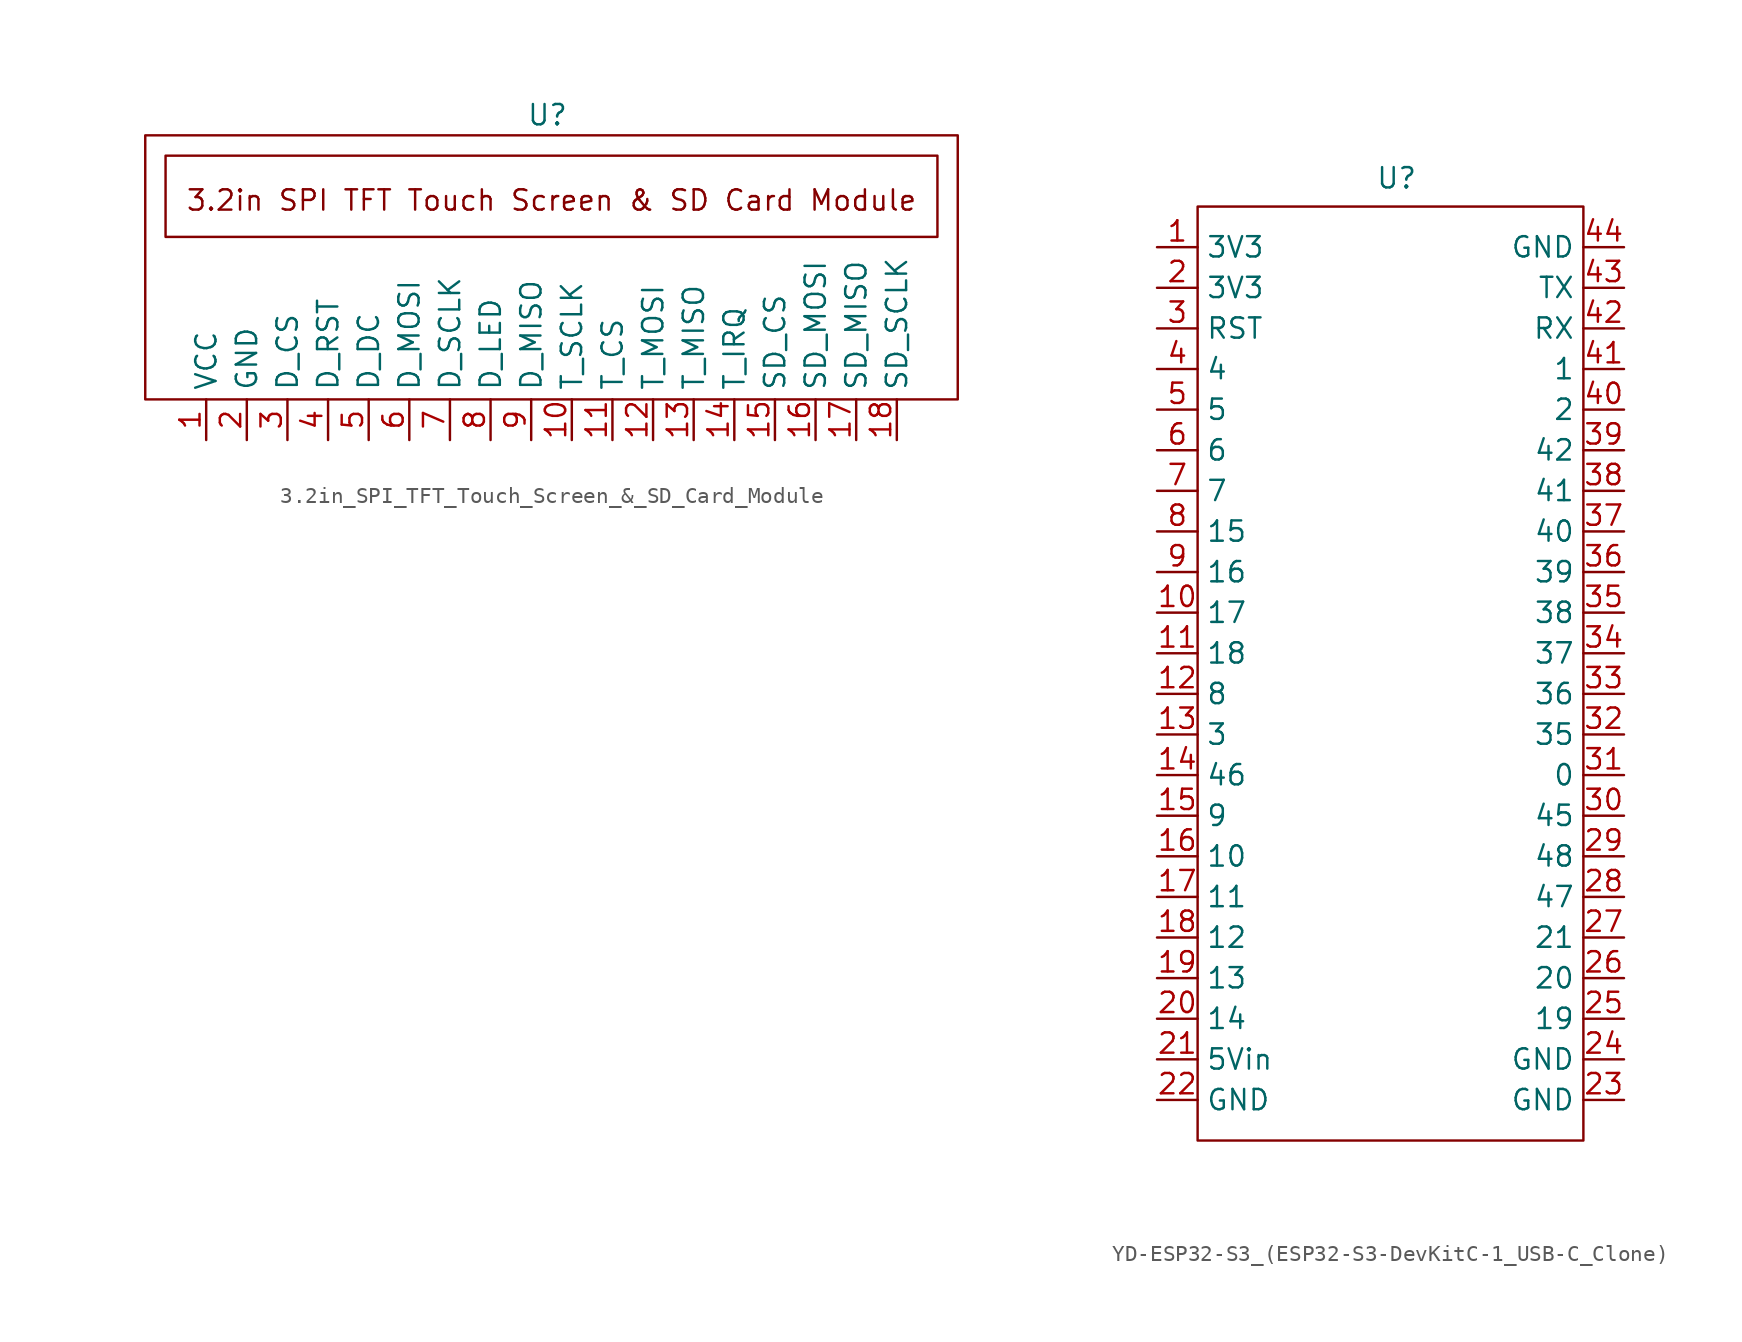
<source format=kicad_sym>
(kicad_symbol_lib
  (version 20231120)
  (generator "kicad_symbol_editor")
  (generator_version "8.0")
  (symbol "3.2in_SPI_TFT_Touch_Screen_&_SD_Card_Module"
    (property "Reference" "U"
      (at 25.146 1.27 0)
      (effects (font (size 1.27 1.27))))
    (property "Value" ""
      (at 3.81 -16.51 0)
      (effects (font (size 1.27 1.27))))
    (symbol "3.2in_SPI_TFT_Touch_Screen_&_SD_Card_Module_0_1"
      (rectangle (start 0 0) (end 50.8 -16.51) (stroke (width 0) (type default)) (fill (type none)))
      (rectangle (start 1.27 -1.27) (end 49.53 -6.35) (stroke (width 0) (type default)) (fill (type none))))
    (symbol "3.2in_SPI_TFT_Touch_Screen_&_SD_Card_Module_1_1"
      (text "3.2in SPI TFT Touch Screen & SD Card Module" (at 25.4 -4.064 0) (effects (font (size 1.27 1.27))))
      (pin input line (at 3.81 -19.05 90) (length 2.54) (name "VCC" (effects (font (size 1.27 1.27)))) (number "1" (effects (font (size 1.27 1.27)))))
      (pin input line (at 26.67 -19.05 90) (length 2.54) (name "T_SCLK" (effects (font (size 1.27 1.27)))) (number "10" (effects (font (size 1.27 1.27)))))
      (pin input line (at 29.21 -19.05 90) (length 2.54) (name "T_CS" (effects (font (size 1.27 1.27)))) (number "11" (effects (font (size 1.27 1.27)))))
      (pin input line (at 31.75 -19.05 90) (length 2.54) (name "T_MOSI" (effects (font (size 1.27 1.27)))) (number "12" (effects (font (size 1.27 1.27)))))
      (pin input line (at 34.29 -19.05 90) (length 2.54) (name "T_MISO" (effects (font (size 1.27 1.27)))) (number "13" (effects (font (size 1.27 1.27)))))
      (pin input line (at 36.83 -19.05 90) (length 2.54) (name "T_IRQ" (effects (font (size 1.27 1.27)))) (number "14" (effects (font (size 1.27 1.27)))))
      (pin input line (at 39.37 -19.05 90) (length 2.54) (name "SD_CS" (effects (font (size 1.27 1.27)))) (number "15" (effects (font (size 1.27 1.27)))))
      (pin input line (at 41.91 -19.05 90) (length 2.54) (name "SD_MOSI" (effects (font (size 1.27 1.27)))) (number "16" (effects (font (size 1.27 1.27)))))
      (pin input line (at 44.45 -19.05 90) (length 2.54) (name "SD_MISO" (effects (font (size 1.27 1.27)))) (number "17" (effects (font (size 1.27 1.27)))))
      (pin input line (at 46.99 -19.05 90) (length 2.54) (name "SD_SCLK" (effects (font (size 1.27 1.27)))) (number "18" (effects (font (size 1.27 1.27)))))
      (pin input line (at 6.35 -19.05 90) (length 2.54) (name "GND" (effects (font (size 1.27 1.27)))) (number "2" (effects (font (size 1.27 1.27)))))
      (pin input line (at 8.89 -19.05 90) (length 2.54) (name "D_CS" (effects (font (size 1.27 1.27)))) (number "3" (effects (font (size 1.27 1.27)))))
      (pin input line (at 11.43 -19.05 90) (length 2.54) (name "D_RST" (effects (font (size 1.27 1.27)))) (number "4" (effects (font (size 1.27 1.27)))))
      (pin input line (at 13.97 -19.05 90) (length 2.54) (name "D_DC" (effects (font (size 1.27 1.27)))) (number "5" (effects (font (size 1.27 1.27)))))
      (pin input line (at 16.51 -19.05 90) (length 2.54) (name "D_MOSI" (effects (font (size 1.27 1.27)))) (number "6" (effects (font (size 1.27 1.27)))))
      (pin input line (at 19.05 -19.05 90) (length 2.54) (name "D_SCLK" (effects (font (size 1.27 1.27)))) (number "7" (effects (font (size 1.27 1.27)))))
      (pin input line (at 21.59 -19.05 90) (length 2.54) (name "D_LED" (effects (font (size 1.27 1.27)))) (number "8" (effects (font (size 1.27 1.27)))))
      (pin input line (at 24.13 -19.05 90) (length 2.54) (name "D_MISO" (effects (font (size 1.27 1.27)))) (number "9" (effects (font (size 1.27 1.27)))))))
  (symbol "YD-ESP32-S3_(ESP32-S3-DevKitC-1_USB-C_Clone)"
    (property "Reference" "U"
      (at 12.446 1.778 0)
      (effects (font (size 1.27 1.27))))
    (property "Value" ""
      (at 0 -2.54 0)
      (effects (font (size 1.27 1.27))))
    (symbol "YD-ESP32-S3_(ESP32-S3-DevKitC-1_USB-C_Clone)_0_1"
      (rectangle (start 0 0) (end 24.13 -58.42) (stroke (width 0) (type default)) (fill (type none))))
    (symbol "YD-ESP32-S3_(ESP32-S3-DevKitC-1_USB-C_Clone)_1_1"
      (pin input line (at -2.54 -2.54 0) (length 2.54) (name "3V3" (effects (font (size 1.27 1.27)))) (number "1" (effects (font (size 1.27 1.27)))))
      (pin input line (at -2.54 -25.4 0) (length 2.54) (name "17" (effects (font (size 1.27 1.27)))) (number "10" (effects (font (size 1.27 1.27)))))
      (pin input line (at -2.54 -27.94 0) (length 2.54) (name "18" (effects (font (size 1.27 1.27)))) (number "11" (effects (font (size 1.27 1.27)))))
      (pin input line (at -2.54 -30.48 0) (length 2.54) (name "8" (effects (font (size 1.27 1.27)))) (number "12" (effects (font (size 1.27 1.27)))))
      (pin input line (at -2.54 -33.02 0) (length 2.54) (name "3" (effects (font (size 1.27 1.27)))) (number "13" (effects (font (size 1.27 1.27)))))
      (pin input line (at -2.54 -35.56 0) (length 2.54) (name "46" (effects (font (size 1.27 1.27)))) (number "14" (effects (font (size 1.27 1.27)))))
      (pin input line (at -2.54 -38.1 0) (length 2.54) (name "9" (effects (font (size 1.27 1.27)))) (number "15" (effects (font (size 1.27 1.27)))))
      (pin input line (at -2.54 -40.64 0) (length 2.54) (name "10" (effects (font (size 1.27 1.27)))) (number "16" (effects (font (size 1.27 1.27)))))
      (pin input line (at -2.54 -43.18 0) (length 2.54) (name "11" (effects (font (size 1.27 1.27)))) (number "17" (effects (font (size 1.27 1.27)))))
      (pin input line (at -2.54 -45.72 0) (length 2.54) (name "12" (effects (font (size 1.27 1.27)))) (number "18" (effects (font (size 1.27 1.27)))))
      (pin input line (at -2.54 -48.26 0) (length 2.54) (name "13" (effects (font (size 1.27 1.27)))) (number "19" (effects (font (size 1.27 1.27)))))
      (pin input line (at -2.54 -5.08 0) (length 2.54) (name "3V3" (effects (font (size 1.27 1.27)))) (number "2" (effects (font (size 1.27 1.27)))))
      (pin input line (at -2.54 -50.8 0) (length 2.54) (name "14" (effects (font (size 1.27 1.27)))) (number "20" (effects (font (size 1.27 1.27)))))
      (pin input line (at -2.54 -53.34 0) (length 2.54) (name "5Vin" (effects (font (size 1.27 1.27)))) (number "21" (effects (font (size 1.27 1.27)))))
      (pin input line (at -2.54 -55.88 0) (length 2.54) (name "GND" (effects (font (size 1.27 1.27)))) (number "22" (effects (font (size 1.27 1.27)))))
      (pin input line (at 26.67 -55.88 180) (length 2.54) (name "GND" (effects (font (size 1.27 1.27)))) (number "23" (effects (font (size 1.27 1.27)))))
      (pin input line (at 26.67 -53.34 180) (length 2.54) (name "GND" (effects (font (size 1.27 1.27)))) (number "24" (effects (font (size 1.27 1.27)))))
      (pin input line (at 26.67 -50.8 180) (length 2.54) (name "19" (effects (font (size 1.27 1.27)))) (number "25" (effects (font (size 1.27 1.27)))))
      (pin input line (at 26.67 -48.26 180) (length 2.54) (name "20" (effects (font (size 1.27 1.27)))) (number "26" (effects (font (size 1.27 1.27)))))
      (pin input line (at 26.67 -45.72 180) (length 2.54) (name "21" (effects (font (size 1.27 1.27)))) (number "27" (effects (font (size 1.27 1.27)))))
      (pin input line (at 26.67 -43.18 180) (length 2.54) (name "47" (effects (font (size 1.27 1.27)))) (number "28" (effects (font (size 1.27 1.27)))))
      (pin input line (at 26.67 -40.64 180) (length 2.54) (name "48" (effects (font (size 1.27 1.27)))) (number "29" (effects (font (size 1.27 1.27)))))
      (pin input line (at -2.54 -7.62 0) (length 2.54) (name "RST" (effects (font (size 1.27 1.27)))) (number "3" (effects (font (size 1.27 1.27)))))
      (pin input line (at 26.67 -38.1 180) (length 2.54) (name "45" (effects (font (size 1.27 1.27)))) (number "30" (effects (font (size 1.27 1.27)))))
      (pin input line (at 26.67 -35.56 180) (length 2.54) (name "0" (effects (font (size 1.27 1.27)))) (number "31" (effects (font (size 1.27 1.27)))))
      (pin input line (at 26.67 -33.02 180) (length 2.54) (name "35" (effects (font (size 1.27 1.27)))) (number "32" (effects (font (size 1.27 1.27)))))
      (pin input line (at 26.67 -30.48 180) (length 2.54) (name "36" (effects (font (size 1.27 1.27)))) (number "33" (effects (font (size 1.27 1.27)))))
      (pin input line (at 26.67 -27.94 180) (length 2.54) (name "37" (effects (font (size 1.27 1.27)))) (number "34" (effects (font (size 1.27 1.27)))))
      (pin input line (at 26.67 -25.4 180) (length 2.54) (name "38" (effects (font (size 1.27 1.27)))) (number "35" (effects (font (size 1.27 1.27)))))
      (pin input line (at 26.67 -22.86 180) (length 2.54) (name "39" (effects (font (size 1.27 1.27)))) (number "36" (effects (font (size 1.27 1.27)))))
      (pin input line (at 26.67 -20.32 180) (length 2.54) (name "40" (effects (font (size 1.27 1.27)))) (number "37" (effects (font (size 1.27 1.27)))))
      (pin input line (at 26.67 -17.78 180) (length 2.54) (name "41" (effects (font (size 1.27 1.27)))) (number "38" (effects (font (size 1.27 1.27)))))
      (pin input line (at 26.67 -15.24 180) (length 2.54) (name "42" (effects (font (size 1.27 1.27)))) (number "39" (effects (font (size 1.27 1.27)))))
      (pin input line (at -2.54 -10.16 0) (length 2.54) (name "4" (effects (font (size 1.27 1.27)))) (number "4" (effects (font (size 1.27 1.27)))))
      (pin input line (at 26.67 -12.7 180) (length 2.54) (name "2" (effects (font (size 1.27 1.27)))) (number "40" (effects (font (size 1.27 1.27)))))
      (pin input line (at 26.67 -10.16 180) (length 2.54) (name "1" (effects (font (size 1.27 1.27)))) (number "41" (effects (font (size 1.27 1.27)))))
      (pin input line (at 26.67 -7.62 180) (length 2.54) (name "RX" (effects (font (size 1.27 1.27)))) (number "42" (effects (font (size 1.27 1.27)))))
      (pin input line (at 26.67 -5.08 180) (length 2.54) (name "TX" (effects (font (size 1.27 1.27)))) (number "43" (effects (font (size 1.27 1.27)))))
      (pin input line (at 26.67 -2.54 180) (length 2.54) (name "GND" (effects (font (size 1.27 1.27)))) (number "44" (effects (font (size 1.27 1.27)))))
      (pin input line (at -2.54 -12.7 0) (length 2.54) (name "5" (effects (font (size 1.27 1.27)))) (number "5" (effects (font (size 1.27 1.27)))))
      (pin input line (at -2.54 -15.24 0) (length 2.54) (name "6" (effects (font (size 1.27 1.27)))) (number "6" (effects (font (size 1.27 1.27)))))
      (pin input line (at -2.54 -17.78 0) (length 2.54) (name "7" (effects (font (size 1.27 1.27)))) (number "7" (effects (font (size 1.27 1.27)))))
      (pin input line (at -2.54 -20.32 0) (length 2.54) (name "15" (effects (font (size 1.27 1.27)))) (number "8" (effects (font (size 1.27 1.27)))))
      (pin input line (at -2.54 -22.86 0) (length 2.54) (name "16" (effects (font (size 1.27 1.27)))) (number "9" (effects (font (size 1.27 1.27))))))))
</source>
